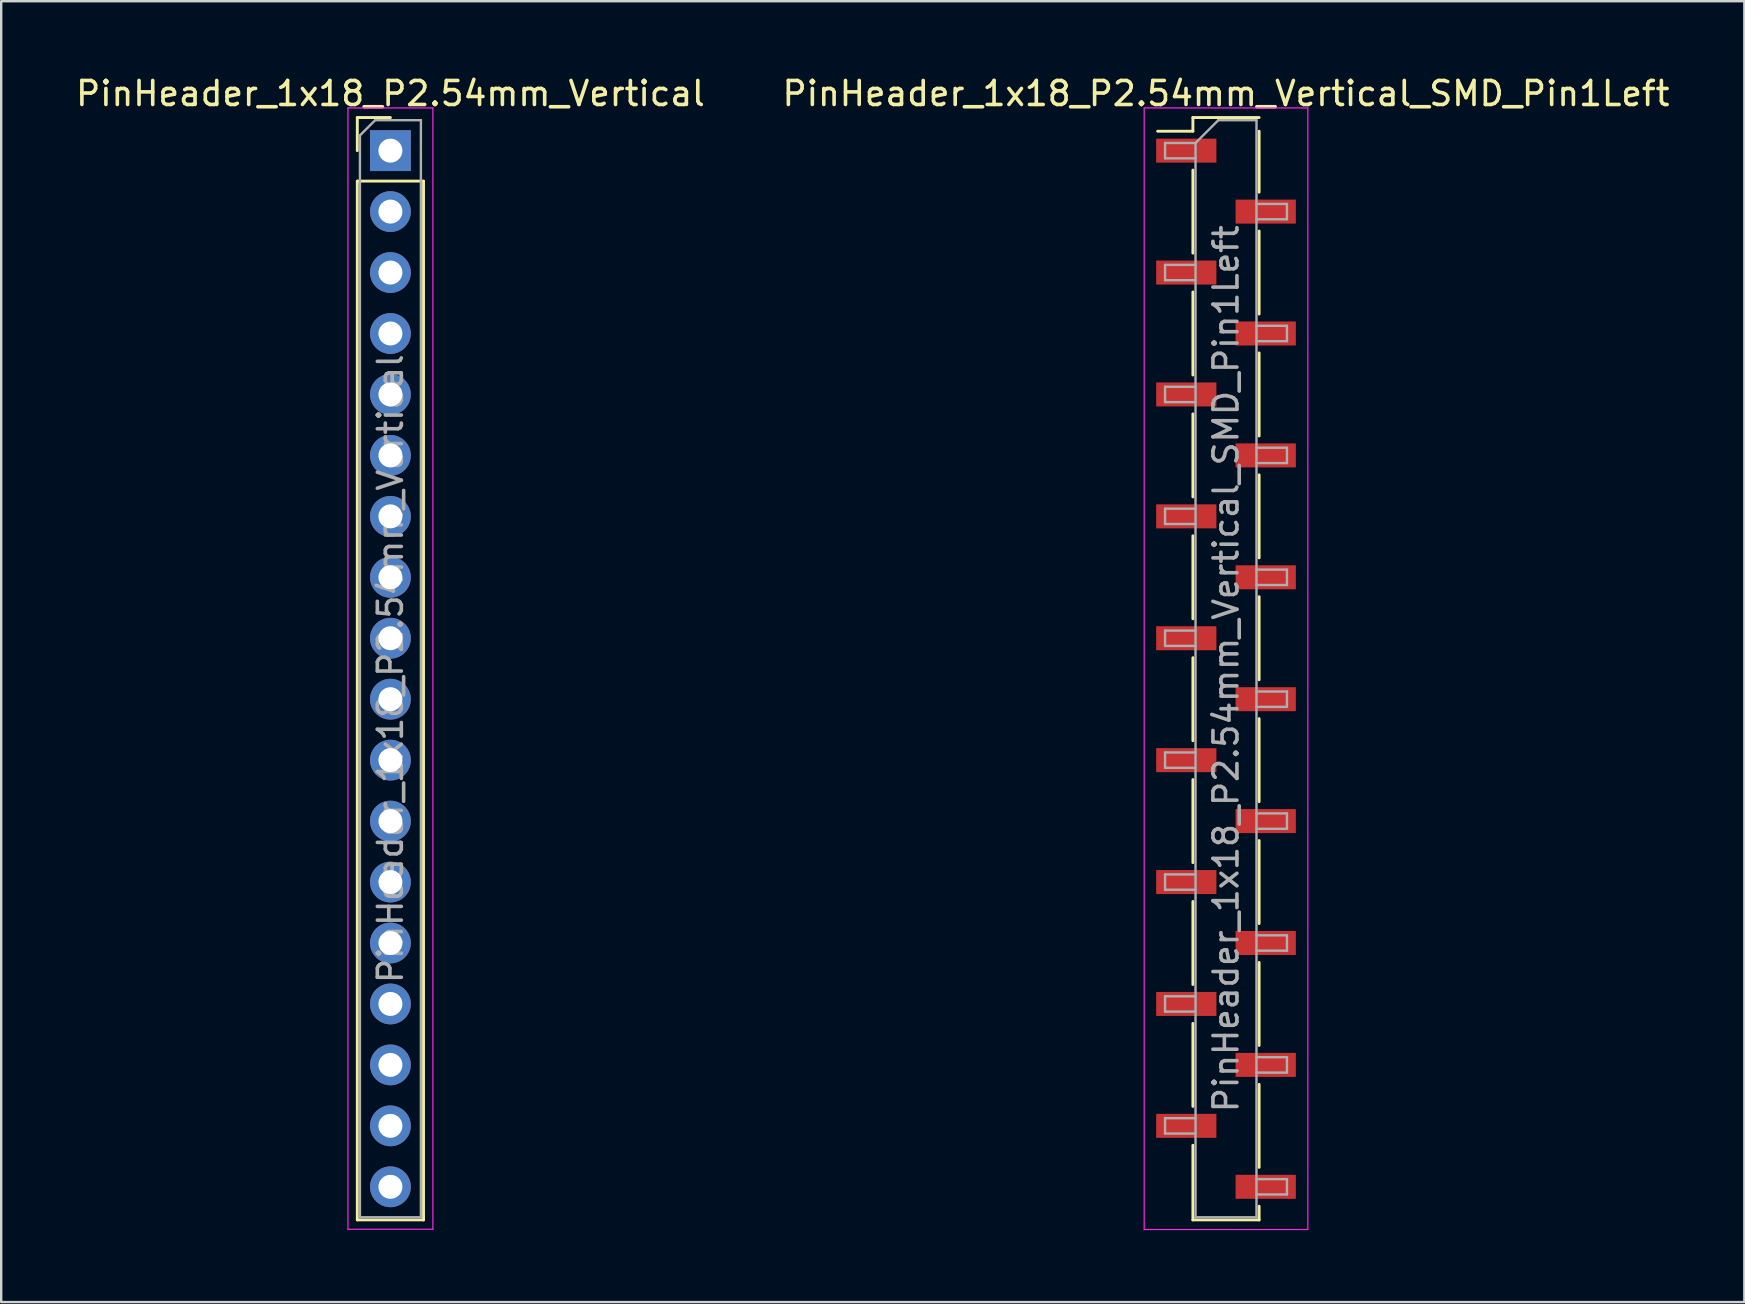
<source format=kicad_pcb>
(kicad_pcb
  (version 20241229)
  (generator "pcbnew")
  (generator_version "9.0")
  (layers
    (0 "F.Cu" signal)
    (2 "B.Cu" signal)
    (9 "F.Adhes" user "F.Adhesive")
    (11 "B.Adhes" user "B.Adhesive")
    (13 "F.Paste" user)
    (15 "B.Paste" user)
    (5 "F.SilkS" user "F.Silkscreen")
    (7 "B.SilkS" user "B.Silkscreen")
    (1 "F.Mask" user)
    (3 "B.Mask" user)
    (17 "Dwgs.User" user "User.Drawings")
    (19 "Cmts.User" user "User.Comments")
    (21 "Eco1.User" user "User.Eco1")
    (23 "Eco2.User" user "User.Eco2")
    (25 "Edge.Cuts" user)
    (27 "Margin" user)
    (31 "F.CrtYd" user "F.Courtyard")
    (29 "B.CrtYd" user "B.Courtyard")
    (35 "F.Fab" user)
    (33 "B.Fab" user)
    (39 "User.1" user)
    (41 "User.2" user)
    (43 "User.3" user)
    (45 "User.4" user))
  (footprint "PinHeader_1x18_P2.54mm_Vertical_SMD_Pin1Left"
    (layer "F.Cu")
    (at 48.042 24.818)
    (property "Reference" "PinHeader_1x18_P2.54mm_Vertical_SMD_Pin1Left" (at 0 -23.97 0) (layer "F.SilkS") (effects (font (size 1 1) (thickness 0.15))))
    (attr smd)
    (fp_line (start -1.38 -22.97) (end -1.38 -22.4) (stroke (width 0.12) (type solid)) (layer "F.SilkS"))
    (fp_line (start -1.38 -22.97) (end 1.38 -22.97) (stroke (width 0.12) (type solid)) (layer "F.SilkS"))
    (fp_line (start -1.38 -22.4) (end -2.85 -22.4) (stroke (width 0.12) (type solid)) (layer "F.SilkS"))
    (fp_line (start -1.38 -20.78) (end -1.38 -17.32) (stroke (width 0.12) (type solid)) (layer "F.SilkS"))
    (fp_line (start -1.38 -15.7) (end -1.38 -12.24) (stroke (width 0.12) (type solid)) (layer "F.SilkS"))
    (fp_line (start -1.38 -10.62) (end -1.38 -7.16) (stroke (width 0.12) (type solid)) (layer "F.SilkS"))
    (fp_line (start -1.38 -5.54) (end -1.38 -2.08) (stroke (width 0.12) (type solid)) (layer "F.SilkS"))
    (fp_line (start -1.38 -0.46) (end -1.38 3) (stroke (width 0.12) (type solid)) (layer "F.SilkS"))
    (fp_line (start -1.38 4.62) (end -1.38 8.08) (stroke (width 0.12) (type solid)) (layer "F.SilkS"))
    (fp_line (start -1.38 9.7) (end -1.38 13.16) (stroke (width 0.12) (type solid)) (layer "F.SilkS"))
    (fp_line (start -1.38 14.78) (end -1.38 18.24) (stroke (width 0.12) (type solid)) (layer "F.SilkS"))
    (fp_line (start -1.38 19.86) (end -1.38 22.97) (stroke (width 0.12) (type solid)) (layer "F.SilkS"))
    (fp_line (start -1.38 22.97) (end 1.38 22.97) (stroke (width 0.12) (type solid)) (layer "F.SilkS"))
    (fp_line (start 1.38 -22.4) (end 1.38 -19.86) (stroke (width 0.12) (type solid)) (layer "F.SilkS"))
    (fp_line (start 1.38 -18.24) (end 1.38 -14.78) (stroke (width 0.12) (type solid)) (layer "F.SilkS"))
    (fp_line (start 1.38 -13.16) (end 1.38 -9.7) (stroke (width 0.12) (type solid)) (layer "F.SilkS"))
    (fp_line (start 1.38 -8.08) (end 1.38 -4.62) (stroke (width 0.12) (type solid)) (layer "F.SilkS"))
    (fp_line (start 1.38 -3) (end 1.38 0.46) (stroke (width 0.12) (type solid)) (layer "F.SilkS"))
    (fp_line (start 1.38 2.08) (end 1.38 5.54) (stroke (width 0.12) (type solid)) (layer "F.SilkS"))
    (fp_line (start 1.38 7.16) (end 1.38 10.62) (stroke (width 0.12) (type solid)) (layer "F.SilkS"))
    (fp_line (start 1.38 12.24) (end 1.38 15.7) (stroke (width 0.12) (type solid)) (layer "F.SilkS"))
    (fp_line (start 1.38 17.32) (end 1.38 20.78) (stroke (width 0.12) (type solid)) (layer "F.SilkS"))
    (fp_line (start 1.38 22.4) (end 1.38 22.97) (stroke (width 0.12) (type solid)) (layer "F.SilkS"))
    (fp_line (start -3.41 -23.37) (end -3.41 23.37) (stroke (width 0.05) (type solid)) (layer "F.CrtYd"))
    (fp_line (start -3.41 23.37) (end 3.41 23.37) (stroke (width 0.05) (type solid)) (layer "F.CrtYd"))
    (fp_line (start 3.41 -23.37) (end -3.41 -23.37) (stroke (width 0.05) (type solid)) (layer "F.CrtYd"))
    (fp_line (start 3.41 23.37) (end 3.41 -23.37) (stroke (width 0.05) (type solid)) (layer "F.CrtYd"))
    (fp_line (start -2.54 -21.91) (end -2.54 -21.27) (stroke (width 0.1) (type solid)) (layer "F.Fab"))
    (fp_line (start -2.54 -21.27) (end -1.27 -21.27) (stroke (width 0.1) (type solid)) (layer "F.Fab"))
    (fp_line (start -2.54 -16.83) (end -2.54 -16.19) (stroke (width 0.1) (type solid)) (layer "F.Fab"))
    (fp_line (start -2.54 -16.19) (end -1.27 -16.19) (stroke (width 0.1) (type solid)) (layer "F.Fab"))
    (fp_line (start -2.54 -11.75) (end -2.54 -11.11) (stroke (width 0.1) (type solid)) (layer "F.Fab"))
    (fp_line (start -2.54 -11.11) (end -1.27 -11.11) (stroke (width 0.1) (type solid)) (layer "F.Fab"))
    (fp_line (start -2.54 -6.67) (end -2.54 -6.03) (stroke (width 0.1) (type solid)) (layer "F.Fab"))
    (fp_line (start -2.54 -6.03) (end -1.27 -6.03) (stroke (width 0.1) (type solid)) (layer "F.Fab"))
    (fp_line (start -2.54 -1.59) (end -2.54 -0.95) (stroke (width 0.1) (type solid)) (layer "F.Fab"))
    (fp_line (start -2.54 -0.95) (end -1.27 -0.95) (stroke (width 0.1) (type solid)) (layer "F.Fab"))
    (fp_line (start -2.54 3.49) (end -2.54 4.13) (stroke (width 0.1) (type solid)) (layer "F.Fab"))
    (fp_line (start -2.54 4.13) (end -1.27 4.13) (stroke (width 0.1) (type solid)) (layer "F.Fab"))
    (fp_line (start -2.54 8.57) (end -2.54 9.21) (stroke (width 0.1) (type solid)) (layer "F.Fab"))
    (fp_line (start -2.54 9.21) (end -1.27 9.21) (stroke (width 0.1) (type solid)) (layer "F.Fab"))
    (fp_line (start -2.54 13.65) (end -2.54 14.29) (stroke (width 0.1) (type solid)) (layer "F.Fab"))
    (fp_line (start -2.54 14.29) (end -1.27 14.29) (stroke (width 0.1) (type solid)) (layer "F.Fab"))
    (fp_line (start -2.54 18.73) (end -2.54 19.37) (stroke (width 0.1) (type solid)) (layer "F.Fab"))
    (fp_line (start -2.54 19.37) (end -1.27 19.37) (stroke (width 0.1) (type solid)) (layer "F.Fab"))
    (fp_line (start -1.27 -21.91) (end -2.54 -21.91) (stroke (width 0.1) (type solid)) (layer "F.Fab"))
    (fp_line (start -1.27 -21.91) (end -0.32 -22.86) (stroke (width 0.1) (type solid)) (layer "F.Fab"))
    (fp_line (start -1.27 -16.83) (end -2.54 -16.83) (stroke (width 0.1) (type solid)) (layer "F.Fab"))
    (fp_line (start -1.27 -11.75) (end -2.54 -11.75) (stroke (width 0.1) (type solid)) (layer "F.Fab"))
    (fp_line (start -1.27 -6.67) (end -2.54 -6.67) (stroke (width 0.1) (type solid)) (layer "F.Fab"))
    (fp_line (start -1.27 -1.59) (end -2.54 -1.59) (stroke (width 0.1) (type solid)) (layer "F.Fab"))
    (fp_line (start -1.27 3.49) (end -2.54 3.49) (stroke (width 0.1) (type solid)) (layer "F.Fab"))
    (fp_line (start -1.27 8.57) (end -2.54 8.57) (stroke (width 0.1) (type solid)) (layer "F.Fab"))
    (fp_line (start -1.27 13.65) (end -2.54 13.65) (stroke (width 0.1) (type solid)) (layer "F.Fab"))
    (fp_line (start -1.27 18.73) (end -2.54 18.73) (stroke (width 0.1) (type solid)) (layer "F.Fab"))
    (fp_line (start -1.27 22.86) (end -1.27 -21.91) (stroke (width 0.1) (type solid)) (layer "F.Fab"))
    (fp_line (start -0.32 -22.86) (end 1.27 -22.86) (stroke (width 0.1) (type solid)) (layer "F.Fab"))
    (fp_line (start 1.27 -22.86) (end 1.27 22.86) (stroke (width 0.1) (type solid)) (layer "F.Fab"))
    (fp_line (start 1.27 -19.37) (end 2.54 -19.37) (stroke (width 0.1) (type solid)) (layer "F.Fab"))
    (fp_line (start 1.27 -14.29) (end 2.54 -14.29) (stroke (width 0.1) (type solid)) (layer "F.Fab"))
    (fp_line (start 1.27 -9.21) (end 2.54 -9.21) (stroke (width 0.1) (type solid)) (layer "F.Fab"))
    (fp_line (start 1.27 -4.13) (end 2.54 -4.13) (stroke (width 0.1) (type solid)) (layer "F.Fab"))
    (fp_line (start 1.27 0.95) (end 2.54 0.95) (stroke (width 0.1) (type solid)) (layer "F.Fab"))
    (fp_line (start 1.27 6.03) (end 2.54 6.03) (stroke (width 0.1) (type solid)) (layer "F.Fab"))
    (fp_line (start 1.27 11.11) (end 2.54 11.11) (stroke (width 0.1) (type solid)) (layer "F.Fab"))
    (fp_line (start 1.27 16.19) (end 2.54 16.19) (stroke (width 0.1) (type solid)) (layer "F.Fab"))
    (fp_line (start 1.27 21.27) (end 2.54 21.27) (stroke (width 0.1) (type solid)) (layer "F.Fab"))
    (fp_line (start 1.27 22.86) (end -1.27 22.86) (stroke (width 0.1) (type solid)) (layer "F.Fab"))
    (fp_line (start 2.54 -19.37) (end 2.54 -18.73) (stroke (width 0.1) (type solid)) (layer "F.Fab"))
    (fp_line (start 2.54 -18.73) (end 1.27 -18.73) (stroke (width 0.1) (type solid)) (layer "F.Fab"))
    (fp_line (start 2.54 -14.29) (end 2.54 -13.65) (stroke (width 0.1) (type solid)) (layer "F.Fab"))
    (fp_line (start 2.54 -13.65) (end 1.27 -13.65) (stroke (width 0.1) (type solid)) (layer "F.Fab"))
    (fp_line (start 2.54 -9.21) (end 2.54 -8.57) (stroke (width 0.1) (type solid)) (layer "F.Fab"))
    (fp_line (start 2.54 -8.57) (end 1.27 -8.57) (stroke (width 0.1) (type solid)) (layer "F.Fab"))
    (fp_line (start 2.54 -4.13) (end 2.54 -3.49) (stroke (width 0.1) (type solid)) (layer "F.Fab"))
    (fp_line (start 2.54 -3.49) (end 1.27 -3.49) (stroke (width 0.1) (type solid)) (layer "F.Fab"))
    (fp_line (start 2.54 0.95) (end 2.54 1.59) (stroke (width 0.1) (type solid)) (layer "F.Fab"))
    (fp_line (start 2.54 1.59) (end 1.27 1.59) (stroke (width 0.1) (type solid)) (layer "F.Fab"))
    (fp_line (start 2.54 6.03) (end 2.54 6.67) (stroke (width 0.1) (type solid)) (layer "F.Fab"))
    (fp_line (start 2.54 6.67) (end 1.27 6.67) (stroke (width 0.1) (type solid)) (layer "F.Fab"))
    (fp_line (start 2.54 11.11) (end 2.54 11.75) (stroke (width 0.1) (type solid)) (layer "F.Fab"))
    (fp_line (start 2.54 11.75) (end 1.27 11.75) (stroke (width 0.1) (type solid)) (layer "F.Fab"))
    (fp_line (start 2.54 16.19) (end 2.54 16.83) (stroke (width 0.1) (type solid)) (layer "F.Fab"))
    (fp_line (start 2.54 16.83) (end 1.27 16.83) (stroke (width 0.1) (type solid)) (layer "F.Fab"))
    (fp_line (start 2.54 21.27) (end 2.54 21.91) (stroke (width 0.1) (type solid)) (layer "F.Fab"))
    (fp_line (start 2.54 21.91) (end 1.27 21.91) (stroke (width 0.1) (type solid)) (layer "F.Fab"))
    (fp_text user "${REFERENCE}" (at 0 0 90) (layer "F.Fab") (effects (font (size 1 1) (thickness 0.15))))
    (pad "1" smd rect (at -1.655 -21.59) (size 2.51 1) (layers "F.Cu" "F.Mask" "F.Paste"))
    (pad "2" smd rect (at 1.655 -19.05) (size 2.51 1) (layers "F.Cu" "F.Mask" "F.Paste"))
    (pad "3" smd rect (at -1.655 -16.51) (size 2.51 1) (layers "F.Cu" "F.Mask" "F.Paste"))
    (pad "4" smd rect (at 1.655 -13.97) (size 2.51 1) (layers "F.Cu" "F.Mask" "F.Paste"))
    (pad "5" smd rect (at -1.655 -11.43) (size 2.51 1) (layers "F.Cu" "F.Mask" "F.Paste"))
    (pad "6" smd rect (at 1.655 -8.89) (size 2.51 1) (layers "F.Cu" "F.Mask" "F.Paste"))
    (pad "7" smd rect (at -1.655 -6.35) (size 2.51 1) (layers "F.Cu" "F.Mask" "F.Paste"))
    (pad "8" smd rect (at 1.655 -3.81) (size 2.51 1) (layers "F.Cu" "F.Mask" "F.Paste"))
    (pad "9" smd rect (at -1.655 -1.27) (size 2.51 1) (layers "F.Cu" "F.Mask" "F.Paste"))
    (pad "10" smd rect (at 1.655 1.27) (size 2.51 1) (layers "F.Cu" "F.Mask" "F.Paste"))
    (pad "11" smd rect (at -1.655 3.81) (size 2.51 1) (layers "F.Cu" "F.Mask" "F.Paste"))
    (pad "12" smd rect (at 1.655 6.35) (size 2.51 1) (layers "F.Cu" "F.Mask" "F.Paste"))
    (pad "13" smd rect (at -1.655 8.89) (size 2.51 1) (layers "F.Cu" "F.Mask" "F.Paste"))
    (pad "14" smd rect (at 1.655 11.43) (size 2.51 1) (layers "F.Cu" "F.Mask" "F.Paste"))
    (pad "15" smd rect (at -1.655 13.97) (size 2.51 1) (layers "F.Cu" "F.Mask" "F.Paste"))
    (pad "16" smd rect (at 1.655 16.51) (size 2.51 1) (layers "F.Cu" "F.Mask" "F.Paste"))
    (pad "17" smd rect (at -1.655 19.05) (size 2.51 1) (layers "F.Cu" "F.Mask" "F.Paste"))
    (pad "18" smd rect (at 1.655 21.59) (size 2.51 1) (layers "F.Cu" "F.Mask" "F.Paste")))
  (footprint "PinHeader_1x18_P2.54mm_Vertical"
    (layer "F.Cu")
    (at 13.22 3.228)
    (property "Reference" "PinHeader_1x18_P2.54mm_Vertical" (at 0 -2.38 0) (layer "F.SilkS") (effects (font (size 1 1) (thickness 0.15))))
    (attr through_hole)
    (fp_line (start -1.38 -1.38) (end 0 -1.38) (stroke (width 0.12) (type solid)) (layer "F.SilkS"))
    (fp_line (start -1.38 0) (end -1.38 -1.38) (stroke (width 0.12) (type solid)) (layer "F.SilkS"))
    (fp_line (start -1.38 1.27) (end -1.38 44.56) (stroke (width 0.12) (type solid)) (layer "F.SilkS"))
    (fp_line (start -1.38 1.27) (end 1.38 1.27) (stroke (width 0.12) (type solid)) (layer "F.SilkS"))
    (fp_line (start -1.38 44.56) (end 1.38 44.56) (stroke (width 0.12) (type solid)) (layer "F.SilkS"))
    (fp_line (start 1.38 1.27) (end 1.38 44.56) (stroke (width 0.12) (type solid)) (layer "F.SilkS"))
    (fp_line (start -1.77 -1.78) (end -1.77 44.95) (stroke (width 0.05) (type solid)) (layer "F.CrtYd"))
    (fp_line (start -1.77 44.95) (end 1.77 44.95) (stroke (width 0.05) (type solid)) (layer "F.CrtYd"))
    (fp_line (start 1.77 -1.78) (end -1.77 -1.78) (stroke (width 0.05) (type solid)) (layer "F.CrtYd"))
    (fp_line (start 1.77 44.95) (end 1.77 -1.78) (stroke (width 0.05) (type solid)) (layer "F.CrtYd"))
    (fp_line (start -1.27 -0.635) (end -0.635 -1.27) (stroke (width 0.1) (type solid)) (layer "F.Fab"))
    (fp_line (start -1.27 44.45) (end -1.27 -0.635) (stroke (width 0.1) (type solid)) (layer "F.Fab"))
    (fp_line (start -0.635 -1.27) (end 1.27 -1.27) (stroke (width 0.1) (type solid)) (layer "F.Fab"))
    (fp_line (start 1.27 -1.27) (end 1.27 44.45) (stroke (width 0.1) (type solid)) (layer "F.Fab"))
    (fp_line (start 1.27 44.45) (end -1.27 44.45) (stroke (width 0.1) (type solid)) (layer "F.Fab"))
    (fp_text user "${REFERENCE}" (at 0 21.59 90) (layer "F.Fab") (effects (font (size 1 1) (thickness 0.15))))
    (pad "1" thru_hole rect (at 0 0) (size 1.7 1.7) (drill 1) (layers "*.Cu" "*.Mask"))
    (pad "2" thru_hole circle (at 0 2.54) (size 1.7 1.7) (drill 1) (layers "*.Cu" "*.Mask"))
    (pad "3" thru_hole circle (at 0 5.08) (size 1.7 1.7) (drill 1) (layers "*.Cu" "*.Mask"))
    (pad "4" thru_hole circle (at 0 7.62) (size 1.7 1.7) (drill 1) (layers "*.Cu" "*.Mask"))
    (pad "5" thru_hole circle (at 0 10.16) (size 1.7 1.7) (drill 1) (layers "*.Cu" "*.Mask"))
    (pad "6" thru_hole circle (at 0 12.7) (size 1.7 1.7) (drill 1) (layers "*.Cu" "*.Mask"))
    (pad "7" thru_hole circle (at 0 15.24) (size 1.7 1.7) (drill 1) (layers "*.Cu" "*.Mask"))
    (pad "8" thru_hole circle (at 0 17.78) (size 1.7 1.7) (drill 1) (layers "*.Cu" "*.Mask"))
    (pad "9" thru_hole circle (at 0 20.32) (size 1.7 1.7) (drill 1) (layers "*.Cu" "*.Mask"))
    (pad "10" thru_hole circle (at 0 22.86) (size 1.7 1.7) (drill 1) (layers "*.Cu" "*.Mask"))
    (pad "11" thru_hole circle (at 0 25.4) (size 1.7 1.7) (drill 1) (layers "*.Cu" "*.Mask"))
    (pad "12" thru_hole circle (at 0 27.94) (size 1.7 1.7) (drill 1) (layers "*.Cu" "*.Mask"))
    (pad "13" thru_hole circle (at 0 30.48) (size 1.7 1.7) (drill 1) (layers "*.Cu" "*.Mask"))
    (pad "14" thru_hole circle (at 0 33.02) (size 1.7 1.7) (drill 1) (layers "*.Cu" "*.Mask"))
    (pad "15" thru_hole circle (at 0 35.56) (size 1.7 1.7) (drill 1) (layers "*.Cu" "*.Mask"))
    (pad "16" thru_hole circle (at 0 38.1) (size 1.7 1.7) (drill 1) (layers "*.Cu" "*.Mask"))
    (pad "17" thru_hole circle (at 0 40.64) (size 1.7 1.7) (drill 1) (layers "*.Cu" "*.Mask"))
    (pad "18" thru_hole circle (at 0 43.18) (size 1.7 1.7) (drill 1) (layers "*.Cu" "*.Mask")))
  (gr_rect
    (start -3 -3)
    (end 69.643 51.213)
    (stroke (width 0.1) (type default))
    (fill no)
    (layer "Edge.Cuts")))
</source>
